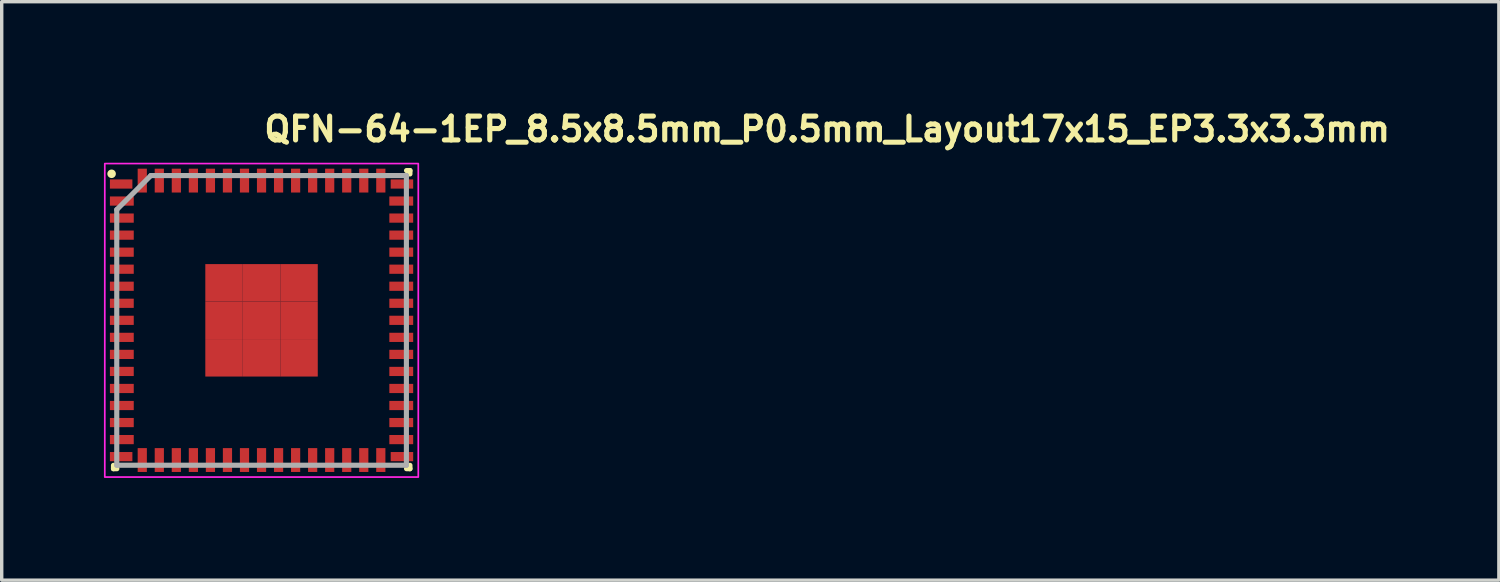
<source format=kicad_pcb>
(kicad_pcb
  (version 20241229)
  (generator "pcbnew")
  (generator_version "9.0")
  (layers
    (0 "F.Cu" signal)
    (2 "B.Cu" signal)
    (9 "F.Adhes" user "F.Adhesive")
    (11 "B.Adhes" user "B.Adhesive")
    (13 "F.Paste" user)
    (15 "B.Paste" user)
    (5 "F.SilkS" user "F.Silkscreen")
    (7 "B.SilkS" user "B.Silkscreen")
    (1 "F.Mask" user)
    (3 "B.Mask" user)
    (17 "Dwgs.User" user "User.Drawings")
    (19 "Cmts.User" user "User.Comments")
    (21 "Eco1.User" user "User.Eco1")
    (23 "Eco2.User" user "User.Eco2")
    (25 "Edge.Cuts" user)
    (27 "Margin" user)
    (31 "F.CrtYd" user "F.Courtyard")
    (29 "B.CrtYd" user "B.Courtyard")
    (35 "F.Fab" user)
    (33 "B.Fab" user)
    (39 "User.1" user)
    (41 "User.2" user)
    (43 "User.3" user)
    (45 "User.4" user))
  (footprint "QFN-64-1EP_8.5x8.5mm_P0.5mm_Layout17x15_EP3.3x3.3mm"
    (layer "F.Cu")
    (at 4.625 6.35)
    (property "Reference" "QFN-64-1EP_8.5x8.5mm_P0.5mm_Layout17x15_EP3.3x3.3mm" (at 0 -5.2 0) (unlocked yes) (layer "F.SilkS") (effects (font (size 0.7 0.7) (thickness 0.15)) (justify left bottom)))
    (attr smd allow_soldermask_bridges)
    (fp_line (start -4.345 4.355) (end -4.345 4.255) (stroke (width 0.15) (type solid)) (layer "F.SilkS"))
    (fp_line (start -4.245 4.355) (end -4.345 4.355) (stroke (width 0.15) (type solid)) (layer "F.SilkS"))
    (fp_line (start 4.255 -4.395) (end 4.355 -4.395) (stroke (width 0.15) (type solid)) (layer "F.SilkS"))
    (fp_line (start 4.255 4.355) (end 4.355 4.355) (stroke (width 0.15) (type solid)) (layer "F.SilkS"))
    (fp_line (start 4.355 -4.395) (end 4.355 -4.295) (stroke (width 0.15) (type solid)) (layer "F.SilkS"))
    (fp_line (start 4.355 4.355) (end 4.355 4.255) (stroke (width 0.15) (type solid)) (layer "F.SilkS"))
    (fp_circle (center -4.4 -4.3) (end -4.35 -4.3) (stroke (width 0.15) (type solid)) (fill yes) (layer "F.SilkS"))
    (fp_rect (start -4.6 -4.6) (end 4.6 4.6) (stroke (width 0.05) (type solid)) (fill no) (layer "F.CrtYd"))
    (fp_line (start -4.249 -3.248) (end -4.249 4.252) (stroke (width 0.15) (type solid)) (layer "F.Fab"))
    (fp_line (start -4.249 4.252) (end 4.251 4.252) (stroke (width 0.15) (type solid)) (layer "F.Fab"))
    (fp_line (start -3.249 -4.248) (end -4.249 -3.248) (stroke (width 0.15) (type solid)) (layer "F.Fab"))
    (fp_line (start 4.251 -4.248) (end -3.249 -4.248) (stroke (width 0.15) (type solid)) (layer "F.Fab"))
    (fp_line (start 4.251 4.252) (end 4.251 -4.248) (stroke (width 0.15) (type solid)) (layer "F.Fab"))
    (fp_rect (start -4.25 -4.25) (end 4.25 4.25) (stroke (width 0.1) (type solid)) (fill no) (layer "User.5"))
    (fp_line (start -4.25 -4.125) (end -4.25 -3.875) (stroke (width 0.02) (type solid)) (layer "User.9"))
    (fp_line (start -4.25 -3.875) (end -4.24 -3.875) (stroke (width 0.02) (type solid)) (layer "User.9"))
    (fp_line (start -4.25 -3.625) (end -4.25 -3.375) (stroke (width 0.02) (type solid)) (layer "User.9"))
    (fp_line (start -4.25 -3.375) (end -4.24 -3.375) (stroke (width 0.02) (type solid)) (layer "User.9"))
    (fp_line (start -4.25 -3.125) (end -4.25 -2.875) (stroke (width 0.02) (type solid)) (layer "User.9"))
    (fp_line (start -4.25 -2.875) (end -4.24 -2.875) (stroke (width 0.02) (type solid)) (layer "User.9"))
    (fp_line (start -4.25 -2.625) (end -4.25 -2.375) (stroke (width 0.02) (type solid)) (layer "User.9"))
    (fp_line (start -4.25 -2.375) (end -4.24 -2.375) (stroke (width 0.02) (type solid)) (layer "User.9"))
    (fp_line (start -4.25 -2.125) (end -4.25 -1.875) (stroke (width 0.02) (type solid)) (layer "User.9"))
    (fp_line (start -4.25 -1.875) (end -4.24 -1.875) (stroke (width 0.02) (type solid)) (layer "User.9"))
    (fp_line (start -4.25 -1.625) (end -4.25 -1.375) (stroke (width 0.02) (type solid)) (layer "User.9"))
    (fp_line (start -4.25 -1.375) (end -4.24 -1.375) (stroke (width 0.02) (type solid)) (layer "User.9"))
    (fp_line (start -4.25 -1.125) (end -4.25 -0.875) (stroke (width 0.02) (type solid)) (layer "User.9"))
    (fp_line (start -4.25 -0.875) (end -4.24 -0.875) (stroke (width 0.02) (type solid)) (layer "User.9"))
    (fp_line (start -4.25 -0.625) (end -4.25 -0.375) (stroke (width 0.02) (type solid)) (layer "User.9"))
    (fp_line (start -4.25 -0.375) (end -4.24 -0.375) (stroke (width 0.02) (type solid)) (layer "User.9"))
    (fp_line (start -4.25 -0.125) (end -4.25 0.125) (stroke (width 0.02) (type solid)) (layer "User.9"))
    (fp_line (start -4.25 0.125) (end -4.24 0.125) (stroke (width 0.02) (type solid)) (layer "User.9"))
    (fp_line (start -4.25 0.375) (end -4.25 0.625) (stroke (width 0.02) (type solid)) (layer "User.9"))
    (fp_line (start -4.25 0.625) (end -4.24 0.625) (stroke (width 0.02) (type solid)) (layer "User.9"))
    (fp_line (start -4.25 0.875) (end -4.25 1.125) (stroke (width 0.02) (type solid)) (layer "User.9"))
    (fp_line (start -4.25 1.125) (end -4.24 1.125) (stroke (width 0.02) (type solid)) (layer "User.9"))
    (fp_line (start -4.25 1.375) (end -4.25 1.625) (stroke (width 0.02) (type solid)) (layer "User.9"))
    (fp_line (start -4.25 1.625) (end -4.24 1.625) (stroke (width 0.02) (type solid)) (layer "User.9"))
    (fp_line (start -4.25 1.875) (end -4.25 2.125) (stroke (width 0.02) (type solid)) (layer "User.9"))
    (fp_line (start -4.25 2.125) (end -4.24 2.125) (stroke (width 0.02) (type solid)) (layer "User.9"))
    (fp_line (start -4.25 2.375) (end -4.25 2.625) (stroke (width 0.02) (type solid)) (layer "User.9"))
    (fp_line (start -4.25 2.625) (end -4.24 2.625) (stroke (width 0.02) (type solid)) (layer "User.9"))
    (fp_line (start -4.25 2.875) (end -4.25 3.125) (stroke (width 0.02) (type solid)) (layer "User.9"))
    (fp_line (start -4.25 3.125) (end -4.24 3.125) (stroke (width 0.02) (type solid)) (layer "User.9"))
    (fp_line (start -4.25 3.375) (end -4.25 3.625) (stroke (width 0.02) (type solid)) (layer "User.9"))
    (fp_line (start -4.25 3.625) (end -4.24 3.625) (stroke (width 0.02) (type solid)) (layer "User.9"))
    (fp_line (start -4.25 3.875) (end -4.25 4.125) (stroke (width 0.02) (type solid)) (layer "User.9"))
    (fp_line (start -4.25 4.125) (end -4.24 4.125) (stroke (width 0.02) (type solid)) (layer "User.9"))
    (fp_line (start -4.24 -4.24) (end -4.24 4.24) (stroke (width 0.02) (type solid)) (layer "User.9"))
    (fp_line (start -4.24 -4.24) (end 4.24 -4.24) (stroke (width 0.02) (type solid)) (layer "User.9"))
    (fp_line (start -4.24 -4.125) (end -4.25 -4.125) (stroke (width 0.02) (type solid)) (layer "User.9"))
    (fp_line (start -4.24 -3.625) (end -4.25 -3.625) (stroke (width 0.02) (type solid)) (layer "User.9"))
    (fp_line (start -4.24 -3.125) (end -4.25 -3.125) (stroke (width 0.02) (type solid)) (layer "User.9"))
    (fp_line (start -4.24 -2.625) (end -4.25 -2.625) (stroke (width 0.02) (type solid)) (layer "User.9"))
    (fp_line (start -4.24 -2.125) (end -4.25 -2.125) (stroke (width 0.02) (type solid)) (layer "User.9"))
    (fp_line (start -4.24 -1.625) (end -4.25 -1.625) (stroke (width 0.02) (type solid)) (layer "User.9"))
    (fp_line (start -4.24 -1.125) (end -4.25 -1.125) (stroke (width 0.02) (type solid)) (layer "User.9"))
    (fp_line (start -4.24 -0.625) (end -4.25 -0.625) (stroke (width 0.02) (type solid)) (layer "User.9"))
    (fp_line (start -4.24 -0.125) (end -4.25 -0.125) (stroke (width 0.02) (type solid)) (layer "User.9"))
    (fp_line (start -4.24 0.375) (end -4.25 0.375) (stroke (width 0.02) (type solid)) (layer "User.9"))
    (fp_line (start -4.24 0.875) (end -4.25 0.875) (stroke (width 0.02) (type solid)) (layer "User.9"))
    (fp_line (start -4.24 1.375) (end -4.25 1.375) (stroke (width 0.02) (type solid)) (layer "User.9"))
    (fp_line (start -4.24 1.875) (end -4.25 1.875) (stroke (width 0.02) (type solid)) (layer "User.9"))
    (fp_line (start -4.24 2.375) (end -4.25 2.375) (stroke (width 0.02) (type solid)) (layer "User.9"))
    (fp_line (start -4.24 2.875) (end -4.25 2.875) (stroke (width 0.02) (type solid)) (layer "User.9"))
    (fp_line (start -4.24 3.375) (end -4.25 3.375) (stroke (width 0.02) (type solid)) (layer "User.9"))
    (fp_line (start -4.24 3.875) (end -4.25 3.875) (stroke (width 0.02) (type solid)) (layer "User.9"))
    (fp_line (start -4.24 4.24) (end 4.24 4.24) (stroke (width 0.02) (type solid)) (layer "User.9"))
    (fp_line (start -3.8 -3.563) (end -3.8 -3.55) (stroke (width 0.02) (type solid)) (layer "User.9"))
    (fp_line (start -3.8 -3.55) (end -3.8 -3.537) (stroke (width 0.02) (type solid)) (layer "User.9"))
    (fp_line (start -3.8 -3.537) (end -3.799 -3.524) (stroke (width 0.02) (type solid)) (layer "User.9"))
    (fp_line (start -3.799 -3.576) (end -3.8 -3.563) (stroke (width 0.02) (type solid)) (layer "User.9"))
    (fp_line (start -3.799 -3.524) (end -3.797 -3.512) (stroke (width 0.02) (type solid)) (layer "User.9"))
    (fp_line (start -3.797 -3.588) (end -3.799 -3.576) (stroke (width 0.02) (type solid)) (layer "User.9"))
    (fp_line (start -3.797 -3.512) (end -3.795 -3.5) (stroke (width 0.02) (type solid)) (layer "User.9"))
    (fp_line (start -3.795 -3.6) (end -3.797 -3.588) (stroke (width 0.02) (type solid)) (layer "User.9"))
    (fp_line (start -3.795 -3.5) (end -3.792 -3.488) (stroke (width 0.02) (type solid)) (layer "User.9"))
    (fp_line (start -3.792 -3.612) (end -3.795 -3.6) (stroke (width 0.02) (type solid)) (layer "User.9"))
    (fp_line (start -3.792 -3.488) (end -3.789 -3.476) (stroke (width 0.02) (type solid)) (layer "User.9"))
    (fp_line (start -3.789 -3.624) (end -3.792 -3.612) (stroke (width 0.02) (type solid)) (layer "User.9"))
    (fp_line (start -3.789 -3.476) (end -3.785 -3.464) (stroke (width 0.02) (type solid)) (layer "User.9"))
    (fp_line (start -3.785 -3.636) (end -3.789 -3.624) (stroke (width 0.02) (type solid)) (layer "User.9"))
    (fp_line (start -3.785 -3.464) (end -3.78 -3.453) (stroke (width 0.02) (type solid)) (layer "User.9"))
    (fp_line (start -3.78 -3.647) (end -3.785 -3.636) (stroke (width 0.02) (type solid)) (layer "User.9"))
    (fp_line (start -3.78 -3.453) (end -3.775 -3.442) (stroke (width 0.02) (type solid)) (layer "User.9"))
    (fp_line (start -3.775 -3.658) (end -3.78 -3.647) (stroke (width 0.02) (type solid)) (layer "User.9"))
    (fp_line (start -3.775 -3.442) (end -3.77 -3.431) (stroke (width 0.02) (type solid)) (layer "User.9"))
    (fp_line (start -3.77 -3.669) (end -3.775 -3.658) (stroke (width 0.02) (type solid)) (layer "User.9"))
    (fp_line (start -3.77 -3.431) (end -3.764 -3.42) (stroke (width 0.02) (type solid)) (layer "User.9"))
    (fp_line (start -3.764 -3.68) (end -3.77 -3.669) (stroke (width 0.02) (type solid)) (layer "User.9"))
    (fp_line (start -3.764 -3.42) (end -3.757 -3.41) (stroke (width 0.02) (type solid)) (layer "User.9"))
    (fp_line (start -3.757 -3.69) (end -3.764 -3.68) (stroke (width 0.02) (type solid)) (layer "User.9"))
    (fp_line (start -3.757 -3.41) (end -3.75 -3.4) (stroke (width 0.02) (type solid)) (layer "User.9"))
    (fp_line (start -3.75 -3.7) (end -3.757 -3.69) (stroke (width 0.02) (type solid)) (layer "User.9"))
    (fp_line (start -3.75 -3.4) (end -3.743 -3.391) (stroke (width 0.02) (type solid)) (layer "User.9"))
    (fp_line (start -3.743 -3.709) (end -3.75 -3.7) (stroke (width 0.02) (type solid)) (layer "User.9"))
    (fp_line (start -3.743 -3.391) (end -3.735 -3.382) (stroke (width 0.02) (type solid)) (layer "User.9"))
    (fp_line (start -3.735 -3.718) (end -3.743 -3.709) (stroke (width 0.02) (type solid)) (layer "User.9"))
    (fp_line (start -3.735 -3.382) (end -3.727 -3.373) (stroke (width 0.02) (type solid)) (layer "User.9"))
    (fp_line (start -3.727 -3.727) (end -3.735 -3.718) (stroke (width 0.02) (type solid)) (layer "User.9"))
    (fp_line (start -3.727 -3.373) (end -3.718 -3.365) (stroke (width 0.02) (type solid)) (layer "User.9"))
    (fp_line (start -3.718 -3.735) (end -3.727 -3.727) (stroke (width 0.02) (type solid)) (layer "User.9"))
    (fp_line (start -3.718 -3.365) (end -3.709 -3.357) (stroke (width 0.02) (type solid)) (layer "User.9"))
    (fp_line (start -3.709 -3.743) (end -3.718 -3.735) (stroke (width 0.02) (type solid)) (layer "User.9"))
    (fp_line (start -3.709 -3.357) (end -3.7 -3.35) (stroke (width 0.02) (type solid)) (layer "User.9"))
    (fp_line (start -3.7 -3.75) (end -3.709 -3.743) (stroke (width 0.02) (type solid)) (layer "User.9"))
    (fp_line (start -3.7 -3.35) (end -3.69 -3.343) (stroke (width 0.02) (type solid)) (layer "User.9"))
    (fp_line (start -3.69 -3.757) (end -3.7 -3.75) (stroke (width 0.02) (type solid)) (layer "User.9"))
    (fp_line (start -3.69 -3.343) (end -3.68 -3.336) (stroke (width 0.02) (type solid)) (layer "User.9"))
    (fp_line (start -3.68 -3.764) (end -3.69 -3.757) (stroke (width 0.02) (type solid)) (layer "User.9"))
    (fp_line (start -3.68 -3.336) (end -3.669 -3.33) (stroke (width 0.02) (type solid)) (layer "User.9"))
    (fp_line (start -3.669 -3.77) (end -3.68 -3.764) (stroke (width 0.02) (type solid)) (layer "User.9"))
    (fp_line (start -3.669 -3.33) (end -3.658 -3.325) (stroke (width 0.02) (type solid)) (layer "User.9"))
    (fp_line (start -3.658 -3.775) (end -3.669 -3.77) (stroke (width 0.02) (type solid)) (layer "User.9"))
    (fp_line (start -3.658 -3.325) (end -3.647 -3.32) (stroke (width 0.02) (type solid)) (layer "User.9"))
    (fp_line (start -3.647 -3.78) (end -3.658 -3.775) (stroke (width 0.02) (type solid)) (layer "User.9"))
    (fp_line (start -3.647 -3.32) (end -3.636 -3.315) (stroke (width 0.02) (type solid)) (layer "User.9"))
    (fp_line (start -3.636 -3.785) (end -3.647 -3.78) (stroke (width 0.02) (type solid)) (layer "User.9"))
    (fp_line (start -3.636 -3.315) (end -3.624 -3.311) (stroke (width 0.02) (type solid)) (layer "User.9"))
    (fp_line (start -3.625 -4.25) (end -3.625 -4.24) (stroke (width 0.02) (type solid)) (layer "User.9"))
    (fp_line (start -3.625 4.24) (end -3.625 4.25) (stroke (width 0.02) (type solid)) (layer "User.9"))
    (fp_line (start -3.625 4.25) (end -3.375 4.25) (stroke (width 0.02) (type solid)) (layer "User.9"))
    (fp_line (start -3.624 -3.789) (end -3.636 -3.785) (stroke (width 0.02) (type solid)) (layer "User.9"))
    (fp_line (start -3.624 -3.311) (end -3.612 -3.308) (stroke (width 0.02) (type solid)) (layer "User.9"))
    (fp_line (start -3.612 -3.792) (end -3.624 -3.789) (stroke (width 0.02) (type solid)) (layer "User.9"))
    (fp_line (start -3.612 -3.308) (end -3.6 -3.305) (stroke (width 0.02) (type solid)) (layer "User.9"))
    (fp_line (start -3.6 -3.795) (end -3.612 -3.792) (stroke (width 0.02) (type solid)) (layer "User.9"))
    (fp_line (start -3.6 -3.305) (end -3.588 -3.303) (stroke (width 0.02) (type solid)) (layer "User.9"))
    (fp_line (start -3.588 -3.797) (end -3.6 -3.795) (stroke (width 0.02) (type solid)) (layer "User.9"))
    (fp_line (start -3.588 -3.303) (end -3.576 -3.301) (stroke (width 0.02) (type solid)) (layer "User.9"))
    (fp_line (start -3.576 -3.799) (end -3.588 -3.797) (stroke (width 0.02) (type solid)) (layer "User.9"))
    (fp_line (start -3.576 -3.301) (end -3.563 -3.3) (stroke (width 0.02) (type solid)) (layer "User.9"))
    (fp_line (start -3.563 -3.8) (end -3.576 -3.799) (stroke (width 0.02) (type solid)) (layer "User.9"))
    (fp_line (start -3.563 -3.3) (end -3.55 -3.3) (stroke (width 0.02) (type solid)) (layer "User.9"))
    (fp_line (start -3.55 -3.8) (end -3.563 -3.8) (stroke (width 0.02) (type solid)) (layer "User.9"))
    (fp_line (start -3.55 -3.3) (end -3.537 -3.3) (stroke (width 0.02) (type solid)) (layer "User.9"))
    (fp_line (start -3.537 -3.8) (end -3.55 -3.8) (stroke (width 0.02) (type solid)) (layer "User.9"))
    (fp_line (start -3.537 -3.3) (end -3.524 -3.301) (stroke (width 0.02) (type solid)) (layer "User.9"))
    (fp_line (start -3.524 -3.799) (end -3.537 -3.8) (stroke (width 0.02) (type solid)) (layer "User.9"))
    (fp_line (start -3.524 -3.301) (end -3.512 -3.303) (stroke (width 0.02) (type solid)) (layer "User.9"))
    (fp_line (start -3.512 -3.797) (end -3.524 -3.799) (stroke (width 0.02) (type solid)) (layer "User.9"))
    (fp_line (start -3.512 -3.303) (end -3.5 -3.305) (stroke (width 0.02) (type solid)) (layer "User.9"))
    (fp_line (start -3.5 -3.795) (end -3.512 -3.797) (stroke (width 0.02) (type solid)) (layer "User.9"))
    (fp_line (start -3.5 -3.305) (end -3.488 -3.308) (stroke (width 0.02) (type solid)) (layer "User.9"))
    (fp_line (start -3.488 -3.792) (end -3.5 -3.795) (stroke (width 0.02) (type solid)) (layer "User.9"))
    (fp_line (start -3.488 -3.308) (end -3.476 -3.311) (stroke (width 0.02) (type solid)) (layer "User.9"))
    (fp_line (start -3.476 -3.789) (end -3.488 -3.792) (stroke (width 0.02) (type solid)) (layer "User.9"))
    (fp_line (start -3.476 -3.311) (end -3.464 -3.315) (stroke (width 0.02) (type solid)) (layer "User.9"))
    (fp_line (start -3.464 -3.785) (end -3.476 -3.789) (stroke (width 0.02) (type solid)) (layer "User.9"))
    (fp_line (start -3.464 -3.315) (end -3.453 -3.32) (stroke (width 0.02) (type solid)) (layer "User.9"))
    (fp_line (start -3.453 -3.78) (end -3.464 -3.785) (stroke (width 0.02) (type solid)) (layer "User.9"))
    (fp_line (start -3.453 -3.32) (end -3.442 -3.325) (stroke (width 0.02) (type solid)) (layer "User.9"))
    (fp_line (start -3.442 -3.775) (end -3.453 -3.78) (stroke (width 0.02) (type solid)) (layer "User.9"))
    (fp_line (start -3.442 -3.325) (end -3.431 -3.33) (stroke (width 0.02) (type solid)) (layer "User.9"))
    (fp_line (start -3.431 -3.77) (end -3.442 -3.775) (stroke (width 0.02) (type solid)) (layer "User.9"))
    (fp_line (start -3.431 -3.33) (end -3.42 -3.336) (stroke (width 0.02) (type solid)) (layer "User.9"))
    (fp_line (start -3.42 -3.764) (end -3.431 -3.77) (stroke (width 0.02) (type solid)) (layer "User.9"))
    (fp_line (start -3.42 -3.336) (end -3.41 -3.343) (stroke (width 0.02) (type solid)) (layer "User.9"))
    (fp_line (start -3.41 -3.757) (end -3.42 -3.764) (stroke (width 0.02) (type solid)) (layer "User.9"))
    (fp_line (start -3.41 -3.343) (end -3.4 -3.35) (stroke (width 0.02) (type solid)) (layer "User.9"))
    (fp_line (start -3.4 -3.75) (end -3.41 -3.757) (stroke (width 0.02) (type solid)) (layer "User.9"))
    (fp_line (start -3.4 -3.35) (end -3.391 -3.357) (stroke (width 0.02) (type solid)) (layer "User.9"))
    (fp_line (start -3.391 -3.743) (end -3.4 -3.75) (stroke (width 0.02) (type solid)) (layer "User.9"))
    (fp_line (start -3.391 -3.357) (end -3.382 -3.365) (stroke (width 0.02) (type solid)) (layer "User.9"))
    (fp_line (start -3.382 -3.735) (end -3.391 -3.743) (stroke (width 0.02) (type solid)) (layer "User.9"))
    (fp_line (start -3.382 -3.365) (end -3.373 -3.373) (stroke (width 0.02) (type solid)) (layer "User.9"))
    (fp_line (start -3.375 -4.25) (end -3.625 -4.25) (stroke (width 0.02) (type solid)) (layer "User.9"))
    (fp_line (start -3.375 -4.24) (end -3.375 -4.25) (stroke (width 0.02) (type solid)) (layer "User.9"))
    (fp_line (start -3.375 4.25) (end -3.375 4.24) (stroke (width 0.02) (type solid)) (layer "User.9"))
    (fp_line (start -3.373 -3.727) (end -3.382 -3.735) (stroke (width 0.02) (type solid)) (layer "User.9"))
    (fp_line (start -3.373 -3.373) (end -3.365 -3.382) (stroke (width 0.02) (type solid)) (layer "User.9"))
    (fp_line (start -3.365 -3.718) (end -3.373 -3.727) (stroke (width 0.02) (type solid)) (layer "User.9"))
    (fp_line (start -3.365 -3.382) (end -3.357 -3.391) (stroke (width 0.02) (type solid)) (layer "User.9"))
    (fp_line (start -3.357 -3.709) (end -3.365 -3.718) (stroke (width 0.02) (type solid)) (layer "User.9"))
    (fp_line (start -3.357 -3.391) (end -3.35 -3.4) (stroke (width 0.02) (type solid)) (layer "User.9"))
    (fp_line (start -3.35 -3.7) (end -3.357 -3.709) (stroke (width 0.02) (type solid)) (layer "User.9"))
    (fp_line (start -3.35 -3.4) (end -3.343 -3.41) (stroke (width 0.02) (type solid)) (layer "User.9"))
    (fp_line (start -3.343 -3.69) (end -3.35 -3.7) (stroke (width 0.02) (type solid)) (layer "User.9"))
    (fp_line (start -3.343 -3.41) (end -3.336 -3.42) (stroke (width 0.02) (type solid)) (layer "User.9"))
    (fp_line (start -3.336 -3.68) (end -3.343 -3.69) (stroke (width 0.02) (type solid)) (layer "User.9"))
    (fp_line (start -3.336 -3.42) (end -3.33 -3.431) (stroke (width 0.02) (type solid)) (layer "User.9"))
    (fp_line (start -3.33 -3.669) (end -3.336 -3.68) (stroke (width 0.02) (type solid)) (layer "User.9"))
    (fp_line (start -3.33 -3.431) (end -3.325 -3.442) (stroke (width 0.02) (type solid)) (layer "User.9"))
    (fp_line (start -3.325 -3.658) (end -3.33 -3.669) (stroke (width 0.02) (type solid)) (layer "User.9"))
    (fp_line (start -3.325 -3.442) (end -3.32 -3.453) (stroke (width 0.02) (type solid)) (layer "User.9"))
    (fp_line (start -3.32 -3.647) (end -3.325 -3.658) (stroke (width 0.02) (type solid)) (layer "User.9"))
    (fp_line (start -3.32 -3.453) (end -3.315 -3.464) (stroke (width 0.02) (type solid)) (layer "User.9"))
    (fp_line (start -3.315 -3.636) (end -3.32 -3.647) (stroke (width 0.02) (type solid)) (layer "User.9"))
    (fp_line (start -3.315 -3.464) (end -3.311 -3.476) (stroke (width 0.02) (type solid)) (layer "User.9"))
    (fp_line (start -3.311 -3.624) (end -3.315 -3.636) (stroke (width 0.02) (type solid)) (layer "User.9"))
    (fp_line (start -3.311 -3.476) (end -3.308 -3.488) (stroke (width 0.02) (type solid)) (layer "User.9"))
    (fp_line (start -3.308 -3.612) (end -3.311 -3.624) (stroke (width 0.02) (type solid)) (layer "User.9"))
    (fp_line (start -3.308 -3.488) (end -3.305 -3.5) (stroke (width 0.02) (type solid)) (layer "User.9"))
    (fp_line (start -3.305 -3.6) (end -3.308 -3.612) (stroke (width 0.02) (type solid)) (layer "User.9"))
    (fp_line (start -3.305 -3.5) (end -3.303 -3.512) (stroke (width 0.02) (type solid)) (layer "User.9"))
    (fp_line (start -3.303 -3.588) (end -3.305 -3.6) (stroke (width 0.02) (type solid)) (layer "User.9"))
    (fp_line (start -3.303 -3.512) (end -3.301 -3.524) (stroke (width 0.02) (type solid)) (layer "User.9"))
    (fp_line (start -3.301 -3.576) (end -3.303 -3.588) (stroke (width 0.02) (type solid)) (layer "User.9"))
    (fp_line (start -3.301 -3.524) (end -3.3 -3.537) (stroke (width 0.02) (type solid)) (layer "User.9"))
    (fp_line (start -3.3 -3.563) (end -3.301 -3.576) (stroke (width 0.02) (type solid)) (layer "User.9"))
    (fp_line (start -3.3 -3.55) (end -3.3 -3.563) (stroke (width 0.02) (type solid)) (layer "User.9"))
    (fp_line (start -3.3 -3.537) (end -3.3 -3.55) (stroke (width 0.02) (type solid)) (layer "User.9"))
    (fp_line (start -3.125 -4.25) (end -3.125 -4.24) (stroke (width 0.02) (type solid)) (layer "User.9"))
    (fp_line (start -3.125 4.24) (end -3.125 4.25) (stroke (width 0.02) (type solid)) (layer "User.9"))
    (fp_line (start -3.125 4.25) (end -2.875 4.25) (stroke (width 0.02) (type solid)) (layer "User.9"))
    (fp_line (start -2.875 -4.25) (end -3.125 -4.25) (stroke (width 0.02) (type solid)) (layer "User.9"))
    (fp_line (start -2.875 -4.24) (end -2.875 -4.25) (stroke (width 0.02) (type solid)) (layer "User.9"))
    (fp_line (start -2.875 4.25) (end -2.875 4.24) (stroke (width 0.02) (type solid)) (layer "User.9"))
    (fp_line (start -2.625 -4.25) (end -2.625 -4.24) (stroke (width 0.02) (type solid)) (layer "User.9"))
    (fp_line (start -2.625 4.24) (end -2.625 4.25) (stroke (width 0.02) (type solid)) (layer "User.9"))
    (fp_line (start -2.625 4.25) (end -2.375 4.25) (stroke (width 0.02) (type solid)) (layer "User.9"))
    (fp_line (start -2.375 -4.25) (end -2.625 -4.25) (stroke (width 0.02) (type solid)) (layer "User.9"))
    (fp_line (start -2.375 -4.24) (end -2.375 -4.25) (stroke (width 0.02) (type solid)) (layer "User.9"))
    (fp_line (start -2.375 4.25) (end -2.375 4.24) (stroke (width 0.02) (type solid)) (layer "User.9"))
    (fp_line (start -2.125 -4.25) (end -2.125 -4.24) (stroke (width 0.02) (type solid)) (layer "User.9"))
    (fp_line (start -2.125 4.24) (end -2.125 4.25) (stroke (width 0.02) (type solid)) (layer "User.9"))
    (fp_line (start -2.125 4.25) (end -1.875 4.25) (stroke (width 0.02) (type solid)) (layer "User.9"))
    (fp_line (start -1.875 -4.25) (end -2.125 -4.25) (stroke (width 0.02) (type solid)) (layer "User.9"))
    (fp_line (start -1.875 -4.24) (end -1.875 -4.25) (stroke (width 0.02) (type solid)) (layer "User.9"))
    (fp_line (start -1.875 4.25) (end -1.875 4.24) (stroke (width 0.02) (type solid)) (layer "User.9"))
    (fp_line (start -1.625 -4.25) (end -1.625 -4.24) (stroke (width 0.02) (type solid)) (layer "User.9"))
    (fp_line (start -1.625 4.24) (end -1.625 4.25) (stroke (width 0.02) (type solid)) (layer "User.9"))
    (fp_line (start -1.625 4.25) (end -1.375 4.25) (stroke (width 0.02) (type solid)) (layer "User.9"))
    (fp_line (start -1.375 -4.25) (end -1.625 -4.25) (stroke (width 0.02) (type solid)) (layer "User.9"))
    (fp_line (start -1.375 -4.24) (end -1.375 -4.25) (stroke (width 0.02) (type solid)) (layer "User.9"))
    (fp_line (start -1.375 4.25) (end -1.375 4.24) (stroke (width 0.02) (type solid)) (layer "User.9"))
    (fp_line (start -1.125 -4.25) (end -1.125 -4.24) (stroke (width 0.02) (type solid)) (layer "User.9"))
    (fp_line (start -1.125 4.24) (end -1.125 4.25) (stroke (width 0.02) (type solid)) (layer "User.9"))
    (fp_line (start -1.125 4.25) (end -0.875 4.25) (stroke (width 0.02) (type solid)) (layer "User.9"))
    (fp_line (start -0.875 -4.25) (end -1.125 -4.25) (stroke (width 0.02) (type solid)) (layer "User.9"))
    (fp_line (start -0.875 -4.24) (end -0.875 -4.25) (stroke (width 0.02) (type solid)) (layer "User.9"))
    (fp_line (start -0.875 4.25) (end -0.875 4.24) (stroke (width 0.02) (type solid)) (layer "User.9"))
    (fp_line (start -0.625 -4.25) (end -0.625 -4.24) (stroke (width 0.02) (type solid)) (layer "User.9"))
    (fp_line (start -0.625 4.24) (end -0.625 4.25) (stroke (width 0.02) (type solid)) (layer "User.9"))
    (fp_line (start -0.625 4.25) (end -0.375 4.25) (stroke (width 0.02) (type solid)) (layer "User.9"))
    (fp_line (start -0.375 -4.25) (end -0.625 -4.25) (stroke (width 0.02) (type solid)) (layer "User.9"))
    (fp_line (start -0.375 -4.24) (end -0.375 -4.25) (stroke (width 0.02) (type solid)) (layer "User.9"))
    (fp_line (start -0.375 4.25) (end -0.375 4.24) (stroke (width 0.02) (type solid)) (layer "User.9"))
    (fp_line (start -0.125 -4.25) (end -0.125 -4.24) (stroke (width 0.02) (type solid)) (layer "User.9"))
    (fp_line (start -0.125 4.24) (end -0.125 4.25) (stroke (width 0.02) (type solid)) (layer "User.9"))
    (fp_line (start -0.125 4.25) (end 0.125 4.25) (stroke (width 0.02) (type solid)) (layer "User.9"))
    (fp_line (start 0.125 -4.25) (end -0.125 -4.25) (stroke (width 0.02) (type solid)) (layer "User.9"))
    (fp_line (start 0.125 -4.24) (end 0.125 -4.25) (stroke (width 0.02) (type solid)) (layer "User.9"))
    (fp_line (start 0.125 4.25) (end 0.125 4.24) (stroke (width 0.02) (type solid)) (layer "User.9"))
    (fp_line (start 0.375 -4.25) (end 0.375 -4.24) (stroke (width 0.02) (type solid)) (layer "User.9"))
    (fp_line (start 0.375 4.24) (end 0.375 4.25) (stroke (width 0.02) (type solid)) (layer "User.9"))
    (fp_line (start 0.375 4.25) (end 0.625 4.25) (stroke (width 0.02) (type solid)) (layer "User.9"))
    (fp_line (start 0.625 -4.25) (end 0.375 -4.25) (stroke (width 0.02) (type solid)) (layer "User.9"))
    (fp_line (start 0.625 -4.24) (end 0.625 -4.25) (stroke (width 0.02) (type solid)) (layer "User.9"))
    (fp_line (start 0.625 4.25) (end 0.625 4.24) (stroke (width 0.02) (type solid)) (layer "User.9"))
    (fp_line (start 0.875 -4.25) (end 0.875 -4.24) (stroke (width 0.02) (type solid)) (layer "User.9"))
    (fp_line (start 0.875 4.24) (end 0.875 4.25) (stroke (width 0.02) (type solid)) (layer "User.9"))
    (fp_line (start 0.875 4.25) (end 1.125 4.25) (stroke (width 0.02) (type solid)) (layer "User.9"))
    (fp_line (start 1.125 -4.25) (end 0.875 -4.25) (stroke (width 0.02) (type solid)) (layer "User.9"))
    (fp_line (start 1.125 -4.24) (end 1.125 -4.25) (stroke (width 0.02) (type solid)) (layer "User.9"))
    (fp_line (start 1.125 4.25) (end 1.125 4.24) (stroke (width 0.02) (type solid)) (layer "User.9"))
    (fp_line (start 1.375 -4.25) (end 1.375 -4.24) (stroke (width 0.02) (type solid)) (layer "User.9"))
    (fp_line (start 1.375 4.24) (end 1.375 4.25) (stroke (width 0.02) (type solid)) (layer "User.9"))
    (fp_line (start 1.375 4.25) (end 1.625 4.25) (stroke (width 0.02) (type solid)) (layer "User.9"))
    (fp_line (start 1.625 -4.25) (end 1.375 -4.25) (stroke (width 0.02) (type solid)) (layer "User.9"))
    (fp_line (start 1.625 -4.24) (end 1.625 -4.25) (stroke (width 0.02) (type solid)) (layer "User.9"))
    (fp_line (start 1.625 4.25) (end 1.625 4.24) (stroke (width 0.02) (type solid)) (layer "User.9"))
    (fp_line (start 1.875 -4.25) (end 1.875 -4.24) (stroke (width 0.02) (type solid)) (layer "User.9"))
    (fp_line (start 1.875 4.24) (end 1.875 4.25) (stroke (width 0.02) (type solid)) (layer "User.9"))
    (fp_line (start 1.875 4.25) (end 2.125 4.25) (stroke (width 0.02) (type solid)) (layer "User.9"))
    (fp_line (start 2.125 -4.25) (end 1.875 -4.25) (stroke (width 0.02) (type solid)) (layer "User.9"))
    (fp_line (start 2.125 -4.24) (end 2.125 -4.25) (stroke (width 0.02) (type solid)) (layer "User.9"))
    (fp_line (start 2.125 4.25) (end 2.125 4.24) (stroke (width 0.02) (type solid)) (layer "User.9"))
    (fp_line (start 2.375 -4.25) (end 2.375 -4.24) (stroke (width 0.02) (type solid)) (layer "User.9"))
    (fp_line (start 2.375 4.24) (end 2.375 4.25) (stroke (width 0.02) (type solid)) (layer "User.9"))
    (fp_line (start 2.375 4.25) (end 2.625 4.25) (stroke (width 0.02) (type solid)) (layer "User.9"))
    (fp_line (start 2.625 -4.25) (end 2.375 -4.25) (stroke (width 0.02) (type solid)) (layer "User.9"))
    (fp_line (start 2.625 -4.24) (end 2.625 -4.25) (stroke (width 0.02) (type solid)) (layer "User.9"))
    (fp_line (start 2.625 4.25) (end 2.625 4.24) (stroke (width 0.02) (type solid)) (layer "User.9"))
    (fp_line (start 2.875 -4.25) (end 2.875 -4.24) (stroke (width 0.02) (type solid)) (layer "User.9"))
    (fp_line (start 2.875 4.24) (end 2.875 4.25) (stroke (width 0.02) (type solid)) (layer "User.9"))
    (fp_line (start 2.875 4.25) (end 3.125 4.25) (stroke (width 0.02) (type solid)) (layer "User.9"))
    (fp_line (start 3.125 -4.25) (end 2.875 -4.25) (stroke (width 0.02) (type solid)) (layer "User.9"))
    (fp_line (start 3.125 -4.24) (end 3.125 -4.25) (stroke (width 0.02) (type solid)) (layer "User.9"))
    (fp_line (start 3.125 4.25) (end 3.125 4.24) (stroke (width 0.02) (type solid)) (layer "User.9"))
    (fp_line (start 3.375 -4.25) (end 3.375 -4.24) (stroke (width 0.02) (type solid)) (layer "User.9"))
    (fp_line (start 3.375 4.24) (end 3.375 4.25) (stroke (width 0.02) (type solid)) (layer "User.9"))
    (fp_line (start 3.375 4.25) (end 3.625 4.25) (stroke (width 0.02) (type solid)) (layer "User.9"))
    (fp_line (start 3.625 -4.25) (end 3.375 -4.25) (stroke (width 0.02) (type solid)) (layer "User.9"))
    (fp_line (start 3.625 -4.24) (end 3.625 -4.25) (stroke (width 0.02) (type solid)) (layer "User.9"))
    (fp_line (start 3.625 4.25) (end 3.625 4.24) (stroke (width 0.02) (type solid)) (layer "User.9"))
    (fp_line (start 4.24 -4.24) (end 4.24 4.24) (stroke (width 0.02) (type solid)) (layer "User.9"))
    (fp_line (start 4.24 -3.875) (end 4.25 -3.875) (stroke (width 0.02) (type solid)) (layer "User.9"))
    (fp_line (start 4.24 -3.375) (end 4.25 -3.375) (stroke (width 0.02) (type solid)) (layer "User.9"))
    (fp_line (start 4.24 -2.875) (end 4.25 -2.875) (stroke (width 0.02) (type solid)) (layer "User.9"))
    (fp_line (start 4.24 -2.375) (end 4.25 -2.375) (stroke (width 0.02) (type solid)) (layer "User.9"))
    (fp_line (start 4.24 -1.875) (end 4.25 -1.875) (stroke (width 0.02) (type solid)) (layer "User.9"))
    (fp_line (start 4.24 -1.375) (end 4.25 -1.375) (stroke (width 0.02) (type solid)) (layer "User.9"))
    (fp_line (start 4.24 -0.875) (end 4.25 -0.875) (stroke (width 0.02) (type solid)) (layer "User.9"))
    (fp_line (start 4.24 -0.375) (end 4.25 -0.375) (stroke (width 0.02) (type solid)) (layer "User.9"))
    (fp_line (start 4.24 0.125) (end 4.25 0.125) (stroke (width 0.02) (type solid)) (layer "User.9"))
    (fp_line (start 4.24 0.625) (end 4.25 0.625) (stroke (width 0.02) (type solid)) (layer "User.9"))
    (fp_line (start 4.24 1.125) (end 4.25 1.125) (stroke (width 0.02) (type solid)) (layer "User.9"))
    (fp_line (start 4.24 1.625) (end 4.25 1.625) (stroke (width 0.02) (type solid)) (layer "User.9"))
    (fp_line (start 4.24 2.125) (end 4.25 2.125) (stroke (width 0.02) (type solid)) (layer "User.9"))
    (fp_line (start 4.24 2.625) (end 4.25 2.625) (stroke (width 0.02) (type solid)) (layer "User.9"))
    (fp_line (start 4.24 3.125) (end 4.25 3.125) (stroke (width 0.02) (type solid)) (layer "User.9"))
    (fp_line (start 4.24 3.625) (end 4.25 3.625) (stroke (width 0.02) (type solid)) (layer "User.9"))
    (fp_line (start 4.24 4.125) (end 4.25 4.125) (stroke (width 0.02) (type solid)) (layer "User.9"))
    (fp_line (start 4.25 -4.125) (end 4.24 -4.125) (stroke (width 0.02) (type solid)) (layer "User.9"))
    (fp_line (start 4.25 -3.875) (end 4.25 -4.125) (stroke (width 0.02) (type solid)) (layer "User.9"))
    (fp_line (start 4.25 -3.625) (end 4.24 -3.625) (stroke (width 0.02) (type solid)) (layer "User.9"))
    (fp_line (start 4.25 -3.375) (end 4.25 -3.625) (stroke (width 0.02) (type solid)) (layer "User.9"))
    (fp_line (start 4.25 -3.125) (end 4.24 -3.125) (stroke (width 0.02) (type solid)) (layer "User.9"))
    (fp_line (start 4.25 -2.875) (end 4.25 -3.125) (stroke (width 0.02) (type solid)) (layer "User.9"))
    (fp_line (start 4.25 -2.625) (end 4.24 -2.625) (stroke (width 0.02) (type solid)) (layer "User.9"))
    (fp_line (start 4.25 -2.375) (end 4.25 -2.625) (stroke (width 0.02) (type solid)) (layer "User.9"))
    (fp_line (start 4.25 -2.125) (end 4.24 -2.125) (stroke (width 0.02) (type solid)) (layer "User.9"))
    (fp_line (start 4.25 -1.875) (end 4.25 -2.125) (stroke (width 0.02) (type solid)) (layer "User.9"))
    (fp_line (start 4.25 -1.625) (end 4.24 -1.625) (stroke (width 0.02) (type solid)) (layer "User.9"))
    (fp_line (start 4.25 -1.375) (end 4.25 -1.625) (stroke (width 0.02) (type solid)) (layer "User.9"))
    (fp_line (start 4.25 -1.125) (end 4.24 -1.125) (stroke (width 0.02) (type solid)) (layer "User.9"))
    (fp_line (start 4.25 -0.875) (end 4.25 -1.125) (stroke (width 0.02) (type solid)) (layer "User.9"))
    (fp_line (start 4.25 -0.625) (end 4.24 -0.625) (stroke (width 0.02) (type solid)) (layer "User.9"))
    (fp_line (start 4.25 -0.375) (end 4.25 -0.625) (stroke (width 0.02) (type solid)) (layer "User.9"))
    (fp_line (start 4.25 -0.125) (end 4.24 -0.125) (stroke (width 0.02) (type solid)) (layer "User.9"))
    (fp_line (start 4.25 0.125) (end 4.25 -0.125) (stroke (width 0.02) (type solid)) (layer "User.9"))
    (fp_line (start 4.25 0.375) (end 4.24 0.375) (stroke (width 0.02) (type solid)) (layer "User.9"))
    (fp_line (start 4.25 0.625) (end 4.25 0.375) (stroke (width 0.02) (type solid)) (layer "User.9"))
    (fp_line (start 4.25 0.875) (end 4.24 0.875) (stroke (width 0.02) (type solid)) (layer "User.9"))
    (fp_line (start 4.25 1.125) (end 4.25 0.875) (stroke (width 0.02) (type solid)) (layer "User.9"))
    (fp_line (start 4.25 1.375) (end 4.24 1.375) (stroke (width 0.02) (type solid)) (layer "User.9"))
    (fp_line (start 4.25 1.625) (end 4.25 1.375) (stroke (width 0.02) (type solid)) (layer "User.9"))
    (fp_line (start 4.25 1.875) (end 4.24 1.875) (stroke (width 0.02) (type solid)) (layer "User.9"))
    (fp_line (start 4.25 2.125) (end 4.25 1.875) (stroke (width 0.02) (type solid)) (layer "User.9"))
    (fp_line (start 4.25 2.375) (end 4.24 2.375) (stroke (width 0.02) (type solid)) (layer "User.9"))
    (fp_line (start 4.25 2.625) (end 4.25 2.375) (stroke (width 0.02) (type solid)) (layer "User.9"))
    (fp_line (start 4.25 2.875) (end 4.24 2.875) (stroke (width 0.02) (type solid)) (layer "User.9"))
    (fp_line (start 4.25 3.125) (end 4.25 2.875) (stroke (width 0.02) (type solid)) (layer "User.9"))
    (fp_line (start 4.25 3.375) (end 4.24 3.375) (stroke (width 0.02) (type solid)) (layer "User.9"))
    (fp_line (start 4.25 3.625) (end 4.25 3.375) (stroke (width 0.02) (type solid)) (layer "User.9"))
    (fp_line (start 4.25 3.875) (end 4.24 3.875) (stroke (width 0.02) (type solid)) (layer "User.9"))
    (fp_line (start 4.25 4.125) (end 4.25 3.875) (stroke (width 0.02) (type solid)) (layer "User.9"))
    (pad "1" smd rect (at -4.12 -4 90) (size 0.27 0.66) (layers "F.Cu" "F.Mask" "F.Paste"))
    (pad "2" smd rect (at -4.1 -3.5 90) (size 0.27 0.7) (layers "F.Cu" "F.Mask" "F.Paste"))
    (pad "3" smd rect (at -4.1 -3 90) (size 0.27 0.7) (layers "F.Cu" "F.Mask" "F.Paste"))
    (pad "4" smd rect (at -4.1 -2.5 90) (size 0.27 0.7) (layers "F.Cu" "F.Mask" "F.Paste"))
    (pad "5" smd rect (at -4.1 -2 90) (size 0.27 0.7) (layers "F.Cu" "F.Mask" "F.Paste"))
    (pad "6" smd rect (at -4.1 -1.5 90) (size 0.27 0.7) (layers "F.Cu" "F.Mask" "F.Paste"))
    (pad "7" smd rect (at -4.1 -1 90) (size 0.27 0.7) (layers "F.Cu" "F.Mask" "F.Paste"))
    (pad "8" smd rect (at -4.1 -0.5 90) (size 0.27 0.7) (layers "F.Cu" "F.Mask" "F.Paste"))
    (pad "9" smd rect (at -4.1 0 90) (size 0.27 0.7) (layers "F.Cu" "F.Mask" "F.Paste"))
    (pad "10" smd rect (at -4.1 0.5 90) (size 0.27 0.7) (layers "F.Cu" "F.Mask" "F.Paste"))
    (pad "11" smd rect (at -4.1 1 90) (size 0.27 0.7) (layers "F.Cu" "F.Mask" "F.Paste"))
    (pad "12" smd rect (at -4.1 1.5 90) (size 0.27 0.7) (layers "F.Cu" "F.Mask" "F.Paste"))
    (pad "13" smd rect (at -4.1 2 90) (size 0.27 0.7) (layers "F.Cu" "F.Mask" "F.Paste"))
    (pad "14" smd rect (at -4.1 2.5 90) (size 0.27 0.7) (layers "F.Cu" "F.Mask" "F.Paste"))
    (pad "15" smd rect (at -4.1 3 90) (size 0.27 0.7) (layers "F.Cu" "F.Mask" "F.Paste"))
    (pad "16" smd rect (at -4.1 3.5 90) (size 0.27 0.7) (layers "F.Cu" "F.Mask" "F.Paste"))
    (pad "17" smd rect (at -4.12 4 90) (size 0.27 0.66) (layers "F.Cu" "F.Mask" "F.Paste"))
    (pad "18" smd rect (at -3.5 4.1) (size 0.27 0.7) (layers "F.Cu" "F.Mask" "F.Paste"))
    (pad "19" smd rect (at -3 4.1) (size 0.27 0.7) (layers "F.Cu" "F.Mask" "F.Paste"))
    (pad "20" smd rect (at -2.5 4.1) (size 0.27 0.7) (layers "F.Cu" "F.Mask" "F.Paste"))
    (pad "21" smd rect (at -2 4.1) (size 0.27 0.7) (layers "F.Cu" "F.Mask" "F.Paste"))
    (pad "22" smd rect (at -1.5 4.1) (size 0.27 0.7) (layers "F.Cu" "F.Mask" "F.Paste"))
    (pad "23" smd rect (at -1 4.1) (size 0.27 0.7) (layers "F.Cu" "F.Mask" "F.Paste"))
    (pad "24" smd rect (at -0.5 4.1) (size 0.27 0.7) (layers "F.Cu" "F.Mask" "F.Paste"))
    (pad "25" smd rect (at 0 4.1) (size 0.27 0.7) (layers "F.Cu" "F.Mask" "F.Paste"))
    (pad "26" smd rect (at 0.5 4.1) (size 0.27 0.7) (layers "F.Cu" "F.Mask" "F.Paste"))
    (pad "27" smd rect (at 1 4.1) (size 0.27 0.7) (layers "F.Cu" "F.Mask" "F.Paste"))
    (pad "28" smd rect (at 1.5 4.1) (size 0.27 0.7) (layers "F.Cu" "F.Mask" "F.Paste"))
    (pad "29" smd rect (at 2 4.1) (size 0.27 0.7) (layers "F.Cu" "F.Mask" "F.Paste"))
    (pad "30" smd rect (at 2.5 4.1) (size 0.27 0.7) (layers "F.Cu" "F.Mask" "F.Paste"))
    (pad "31" smd rect (at 3 4.1) (size 0.27 0.7) (layers "F.Cu" "F.Mask" "F.Paste"))
    (pad "32" smd rect (at 3.5 4.1) (size 0.27 0.7) (layers "F.Cu" "F.Mask" "F.Paste"))
    (pad "33" smd rect (at 4.12 4 90) (size 0.27 0.66) (layers "F.Cu" "F.Mask" "F.Paste"))
    (pad "34" smd rect (at 4.1 3.5 90) (size 0.27 0.7) (layers "F.Cu" "F.Mask" "F.Paste"))
    (pad "35" smd rect (at 4.1 3 90) (size 0.27 0.7) (layers "F.Cu" "F.Mask" "F.Paste"))
    (pad "36" smd rect (at 4.1 2.5 90) (size 0.27 0.7) (layers "F.Cu" "F.Mask" "F.Paste"))
    (pad "37" smd rect (at 4.1 2 90) (size 0.27 0.7) (layers "F.Cu" "F.Mask" "F.Paste"))
    (pad "38" smd rect (at 4.1 1.5 90) (size 0.27 0.7) (layers "F.Cu" "F.Mask" "F.Paste"))
    (pad "39" smd rect (at 4.1 1 90) (size 0.27 0.7) (layers "F.Cu" "F.Mask" "F.Paste"))
    (pad "40" smd rect (at 4.1 0.5 90) (size 0.27 0.7) (layers "F.Cu" "F.Mask" "F.Paste"))
    (pad "41" smd rect (at 4.1 0 90) (size 0.27 0.7) (layers "F.Cu" "F.Mask" "F.Paste"))
    (pad "42" smd rect (at 4.1 -0.5 90) (size 0.27 0.7) (layers "F.Cu" "F.Mask" "F.Paste"))
    (pad "43" smd rect (at 4.1 -1 90) (size 0.27 0.7) (layers "F.Cu" "F.Mask" "F.Paste"))
    (pad "44" smd rect (at 4.1 -1.5 90) (size 0.27 0.7) (layers "F.Cu" "F.Mask" "F.Paste"))
    (pad "45" smd rect (at 4.1 -2 90) (size 0.27 0.7) (layers "F.Cu" "F.Mask" "F.Paste"))
    (pad "46" smd rect (at 4.1 -2.5 90) (size 0.27 0.7) (layers "F.Cu" "F.Mask" "F.Paste"))
    (pad "47" smd rect (at 4.1 -3 90) (size 0.27 0.7) (layers "F.Cu" "F.Mask" "F.Paste"))
    (pad "48" smd rect (at 4.1 -3.5 90) (size 0.27 0.7) (layers "F.Cu" "F.Mask" "F.Paste"))
    (pad "49" smd rect (at 4.12 -4 90) (size 0.27 0.66) (layers "F.Cu" "F.Mask" "F.Paste"))
    (pad "50" smd rect (at 3.5 -4.1) (size 0.27 0.7) (layers "F.Cu" "F.Mask" "F.Paste"))
    (pad "51" smd rect (at 3 -4.1) (size 0.27 0.7) (layers "F.Cu" "F.Mask" "F.Paste"))
    (pad "52" smd rect (at 2.5 -4.1) (size 0.27 0.7) (layers "F.Cu" "F.Mask" "F.Paste"))
    (pad "53" smd rect (at 2 -4.1) (size 0.27 0.7) (layers "F.Cu" "F.Mask" "F.Paste"))
    (pad "54" smd rect (at 1.5 -4.1) (size 0.27 0.7) (layers "F.Cu" "F.Mask" "F.Paste"))
    (pad "55" smd rect (at 1 -4.1) (size 0.27 0.7) (layers "F.Cu" "F.Mask" "F.Paste"))
    (pad "56" smd rect (at 0.5 -4.1) (size 0.27 0.7) (layers "F.Cu" "F.Mask" "F.Paste"))
    (pad "57" smd rect (at 0 -4.1) (size 0.27 0.7) (layers "F.Cu" "F.Mask" "F.Paste"))
    (pad "58" smd rect (at -0.5 -4.1) (size 0.27 0.7) (layers "F.Cu" "F.Mask" "F.Paste"))
    (pad "59" smd rect (at -1 -4.1) (size 0.27 0.7) (layers "F.Cu" "F.Mask" "F.Paste"))
    (pad "60" smd rect (at -1.5 -4.1) (size 0.27 0.7) (layers "F.Cu" "F.Mask" "F.Paste"))
    (pad "61" smd rect (at -2 -4.1) (size 0.27 0.7) (layers "F.Cu" "F.Mask" "F.Paste"))
    (pad "62" smd rect (at -2.5 -4.1) (size 0.27 0.7) (layers "F.Cu" "F.Mask" "F.Paste"))
    (pad "63" smd rect (at -3 -4.1) (size 0.27 0.7) (layers "F.Cu" "F.Mask" "F.Paste"))
    (pad "64" smd rect (at -3.5 -4.1) (size 0.27 0.7) (layers "F.Cu" "F.Mask" "F.Paste"))
    (pad "65" smd rect (at -1.1 -1.1) (size 1.1 1.1) (layers "F.Cu" "F.Mask" "F.Paste"))
    (pad "65" smd rect (at -1.1 0) (size 1.1 1.1) (layers "F.Cu" "F.Mask" "F.Paste"))
    (pad "65" smd rect (at -1.1 1.1) (size 1.1 1.1) (layers "F.Cu" "F.Mask" "F.Paste"))
    (pad "65" smd rect (at 0 -1.1) (size 1.1 1.1) (layers "F.Cu" "F.Mask" "F.Paste"))
    (pad "65" smd rect (at 0 0) (size 1.1 1.1) (layers "F.Cu" "F.Mask" "F.Paste"))
    (pad "65" smd rect (at 0 1.1) (size 1.1 1.1) (layers "F.Cu" "F.Mask" "F.Paste"))
    (pad "65" smd rect (at 1.1 -1.1) (size 1.1 1.1) (layers "F.Cu" "F.Mask" "F.Paste"))
    (pad "65" smd rect (at 1.1 0) (size 1.1 1.1) (layers "F.Cu" "F.Mask" "F.Paste"))
    (pad "65" smd rect (at 1.1 1.1) (size 1.1 1.1) (layers "F.Cu" "F.Mask" "F.Paste")))
  (gr_rect
    (start -3 -3)
    (end 40.935 13.975)
    (stroke (width 0.1) (type default))
    (fill no)
    (layer "Edge.Cuts")))
</source>
